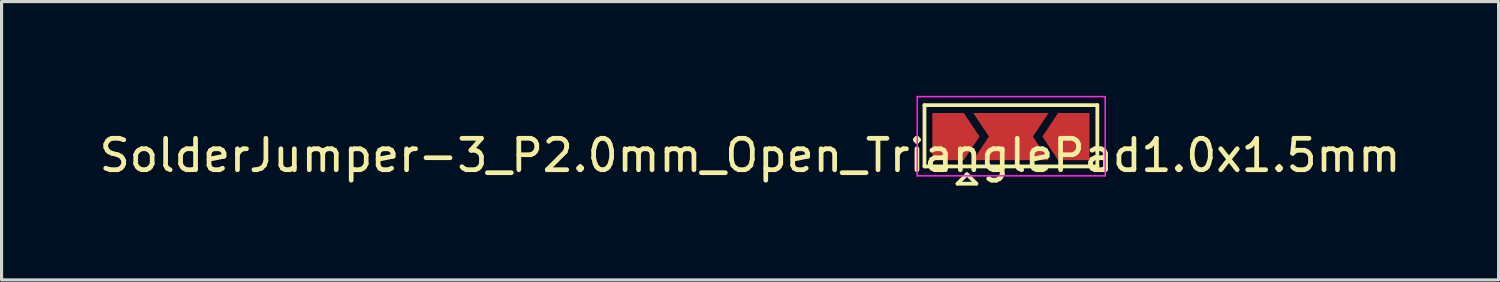
<source format=kicad_pcb>
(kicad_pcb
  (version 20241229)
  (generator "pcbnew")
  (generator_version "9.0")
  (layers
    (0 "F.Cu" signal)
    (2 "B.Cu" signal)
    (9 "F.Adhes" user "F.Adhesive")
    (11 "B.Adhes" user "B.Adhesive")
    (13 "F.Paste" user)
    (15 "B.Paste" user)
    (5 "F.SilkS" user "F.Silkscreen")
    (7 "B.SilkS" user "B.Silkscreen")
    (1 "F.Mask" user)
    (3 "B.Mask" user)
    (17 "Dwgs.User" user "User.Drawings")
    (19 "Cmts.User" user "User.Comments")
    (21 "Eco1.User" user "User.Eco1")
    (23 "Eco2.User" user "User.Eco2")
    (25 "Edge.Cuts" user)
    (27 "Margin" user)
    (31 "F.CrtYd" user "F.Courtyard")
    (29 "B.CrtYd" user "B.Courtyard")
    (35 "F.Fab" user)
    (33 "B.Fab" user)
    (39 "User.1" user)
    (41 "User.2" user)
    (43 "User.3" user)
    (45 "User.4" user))
  (footprint "SolderJumper-3_P2.0mm_Open_TrianglePad1.0x1.5mm"
    (layer "F.Cu")
    (at 29.115 1.295)
    (property "Reference" "SolderJumper-3_P2.0mm_Open_TrianglePad1.0x1.5mm" (at -8.3 0.6 0) (layer "F.SilkS") (effects (font (size 1 1) (thickness 0.15))))
    (attr exclude_from_pos_files exclude_from_bom)
    (fp_line (start -2.75 -1) (end 2.75 -1) (stroke (width 0.12) (type solid)) (layer "F.SilkS"))
    (fp_line (start -2.75 0.95) (end -2.75 -1) (stroke (width 0.12) (type solid)) (layer "F.SilkS"))
    (fp_line (start -1.7 1.5) (end -1.1 1.5) (stroke (width 0.12) (type solid)) (layer "F.SilkS"))
    (fp_line (start -1.4 1.2) (end -1.7 1.5) (stroke (width 0.12) (type solid)) (layer "F.SilkS"))
    (fp_line (start -1.1 1.5) (end -1.4 1.2) (stroke (width 0.12) (type solid)) (layer "F.SilkS"))
    (fp_line (start 2.75 -1) (end 2.75 0.95) (stroke (width 0.12) (type solid)) (layer "F.SilkS"))
    (fp_line (start 2.75 0.95) (end -2.75 0.95) (stroke (width 0.12) (type solid)) (layer "F.SilkS"))
    (fp_line (start -2.98 -1.27) (end -2.98 1.25) (stroke (width 0.05) (type solid)) (layer "F.CrtYd"))
    (fp_line (start -2.98 -1.27) (end 3 -1.27) (stroke (width 0.05) (type solid)) (layer "F.CrtYd"))
    (fp_line (start 3 1.25) (end -2.98 1.25) (stroke (width 0.05) (type solid)) (layer "F.CrtYd"))
    (fp_line (start 3 1.25) (end 3 -1.27) (stroke (width 0.05) (type solid)) (layer "F.CrtYd"))
    (pad "" smd rect (at -1.2 0) (size 1.5 1.5) (layers "F.Mask"))
    (pad "" smd rect (at 1.2 0) (size 1.5 1.5) (layers "F.Mask"))
    (pad "1" smd custom (at -2 0) (size 0.3 0.3) (layers "F.Cu" "F.Mask") (options (anchor rect)) (primitives (gr_poly (pts (xy -0.5 -0.75) (xy 0.5 -0.75) (xy 1 0) (xy 0.5 0.75) (xy -0.5 0.75)) (width 0) (fill yes))))
    (pad "2" smd custom (at 0 0) (size 0.3 0.3) (layers "F.Cu") (options (anchor rect)) (primitives (gr_poly (pts (xy -1.2 -0.75) (xy 1.2 -0.75) (xy 0.7 0) (xy 1.2 0.75) (xy -1.2 0.75) (xy -0.7 0)) (width 0) (fill yes))))
    (pad "3" smd custom (at 2 0 180) (size 0.3 0.3) (layers "F.Cu" "F.Mask") (options (anchor rect)) (primitives (gr_poly (pts (xy -0.5 -0.75) (xy 0.5 -0.75) (xy 1 0) (xy 0.5 0.75) (xy -0.5 0.75)) (width 0) (fill yes)))))
  (gr_rect
    (start -3 -3)
    (end 44.631 5.855)
    (stroke (width 0.1) (type default))
    (fill no)
    (layer "Edge.Cuts")))
</source>
